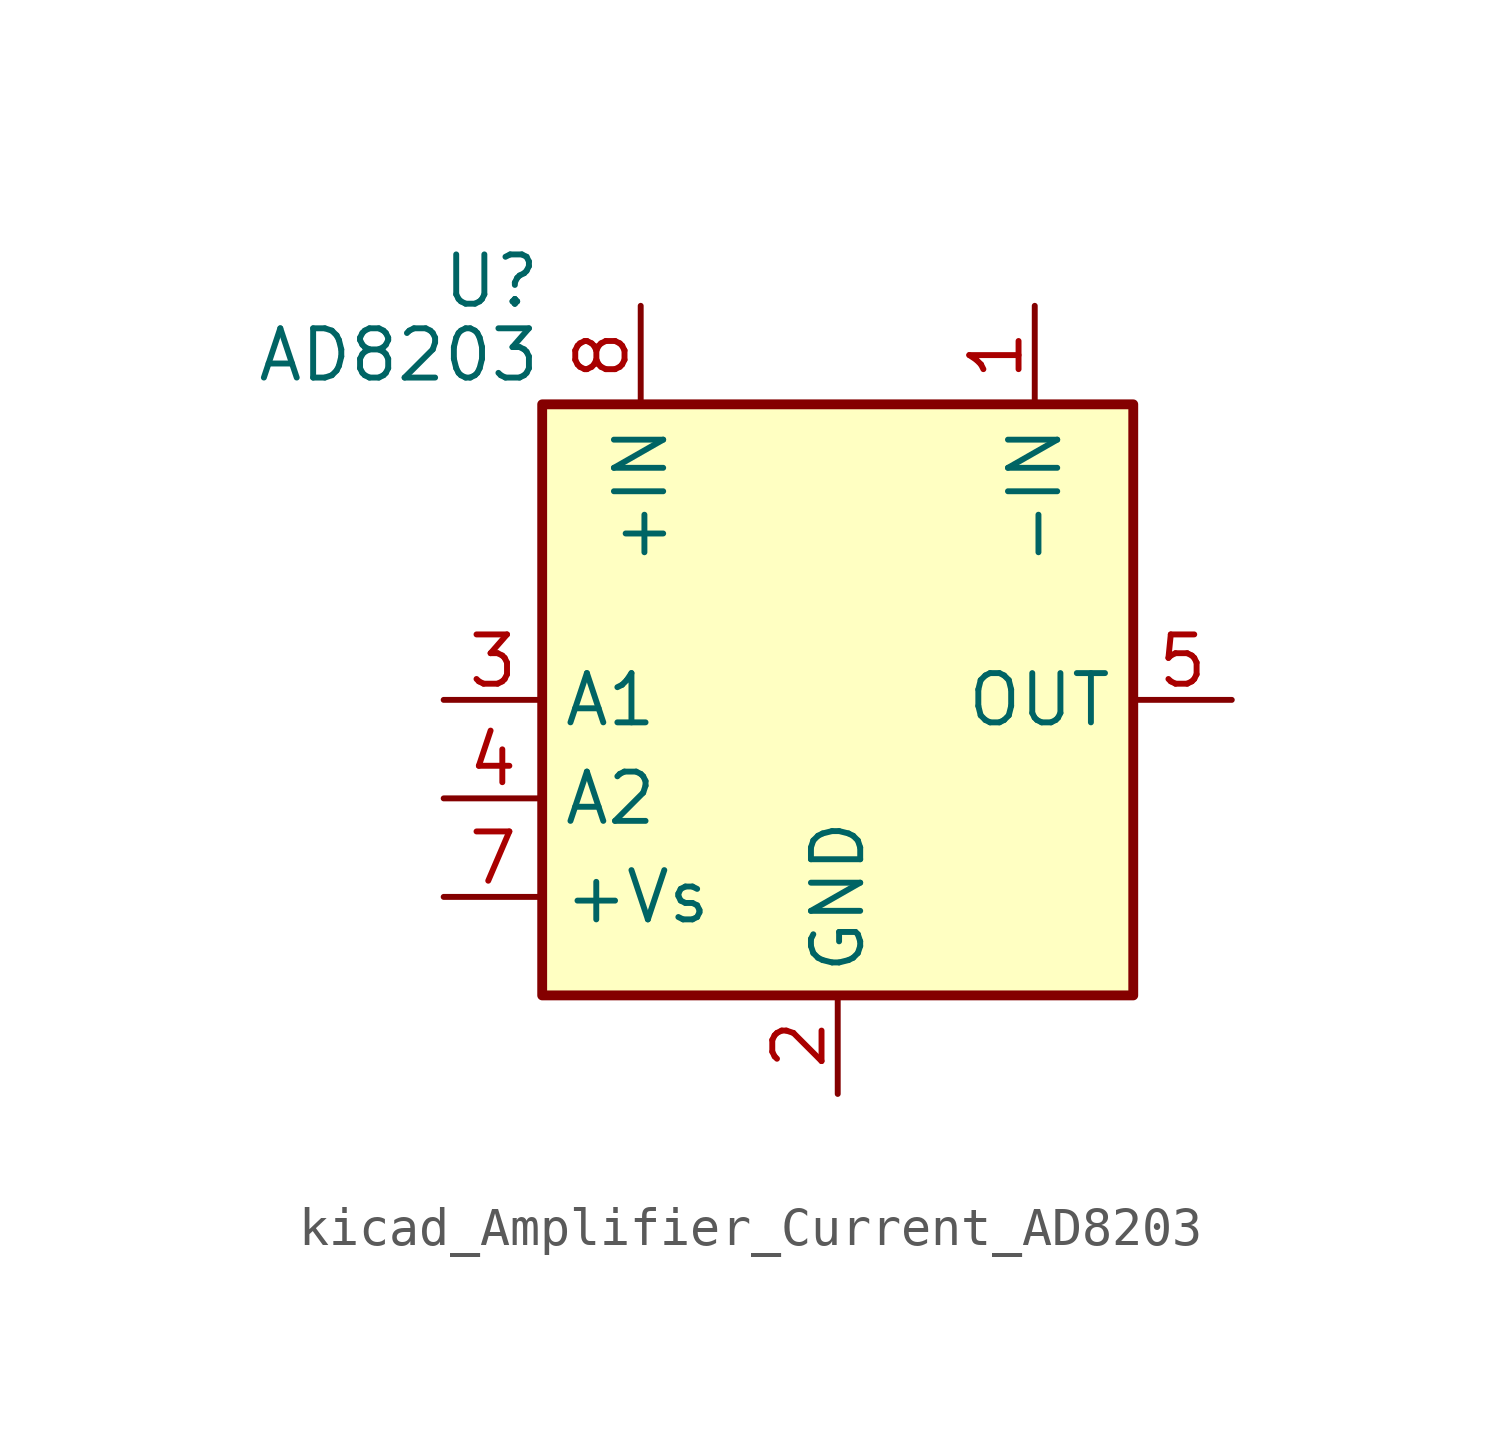
<source format=kicad_sym>
(kicad_symbol_lib
  (version 20220914)
  (generator kicad_symbol_editor)
  (symbol "kicad_Amplifier_Current_AD8203"
    (property "Reference" "U"
      (at -7.62 10.795 0)
      (effects (font (size 1.27 1.27)) (justify right)))
    (property "Value" "AD8203"
      (at -7.62 8.89 0)
      (effects (font (size 1.27 1.27)) (justify right)))
    (symbol "kicad_Amplifier_Current_AD8203_0_1"
      (rectangle (start -7.62 7.62) (end 7.62 -7.62) (stroke (width 0.254) (type default)) (fill (type background))))
    (symbol "kicad_Amplifier_Current_AD8203_1_1"
      (pin input line (at 5.08 10.16 270) (length 2.54) (name "-IN" (effects (font (size 1.27 1.27)))) (number "1" (effects (font (size 1.27 1.27)))))
      (pin power_in line (at 0 -10.16 90) (length 2.54) (name "GND" (effects (font (size 1.27 1.27)))) (number "2" (effects (font (size 1.27 1.27)))))
      (pin output line (at -10.16 0 0) (length 2.54) (name "A1" (effects (font (size 1.27 1.27)))) (number "3" (effects (font (size 1.27 1.27)))))
      (pin input line (at -10.16 -2.54 0) (length 2.54) (name "A2" (effects (font (size 1.27 1.27)))) (number "4" (effects (font (size 1.27 1.27)))))
      (pin output line (at 10.16 0 180) (length 2.54) (name "OUT" (effects (font (size 1.27 1.27)))) (number "5" (effects (font (size 1.27 1.27)))))
      (pin no_connect line (at 2.54 -7.62 90) (length 2.54) hide (name "NC" (effects (font (size 1.27 1.27)))) (number "6" (effects (font (size 1.27 1.27)))))
      (pin power_in line (at -10.16 -5.08 0) (length 2.54) (name "+Vs" (effects (font (size 1.27 1.27)))) (number "7" (effects (font (size 1.27 1.27)))))
      (pin input line (at -5.08 10.16 270) (length 2.54) (name "+IN" (effects (font (size 1.27 1.27)))) (number "8" (effects (font (size 1.27 1.27))))))))
</source>
